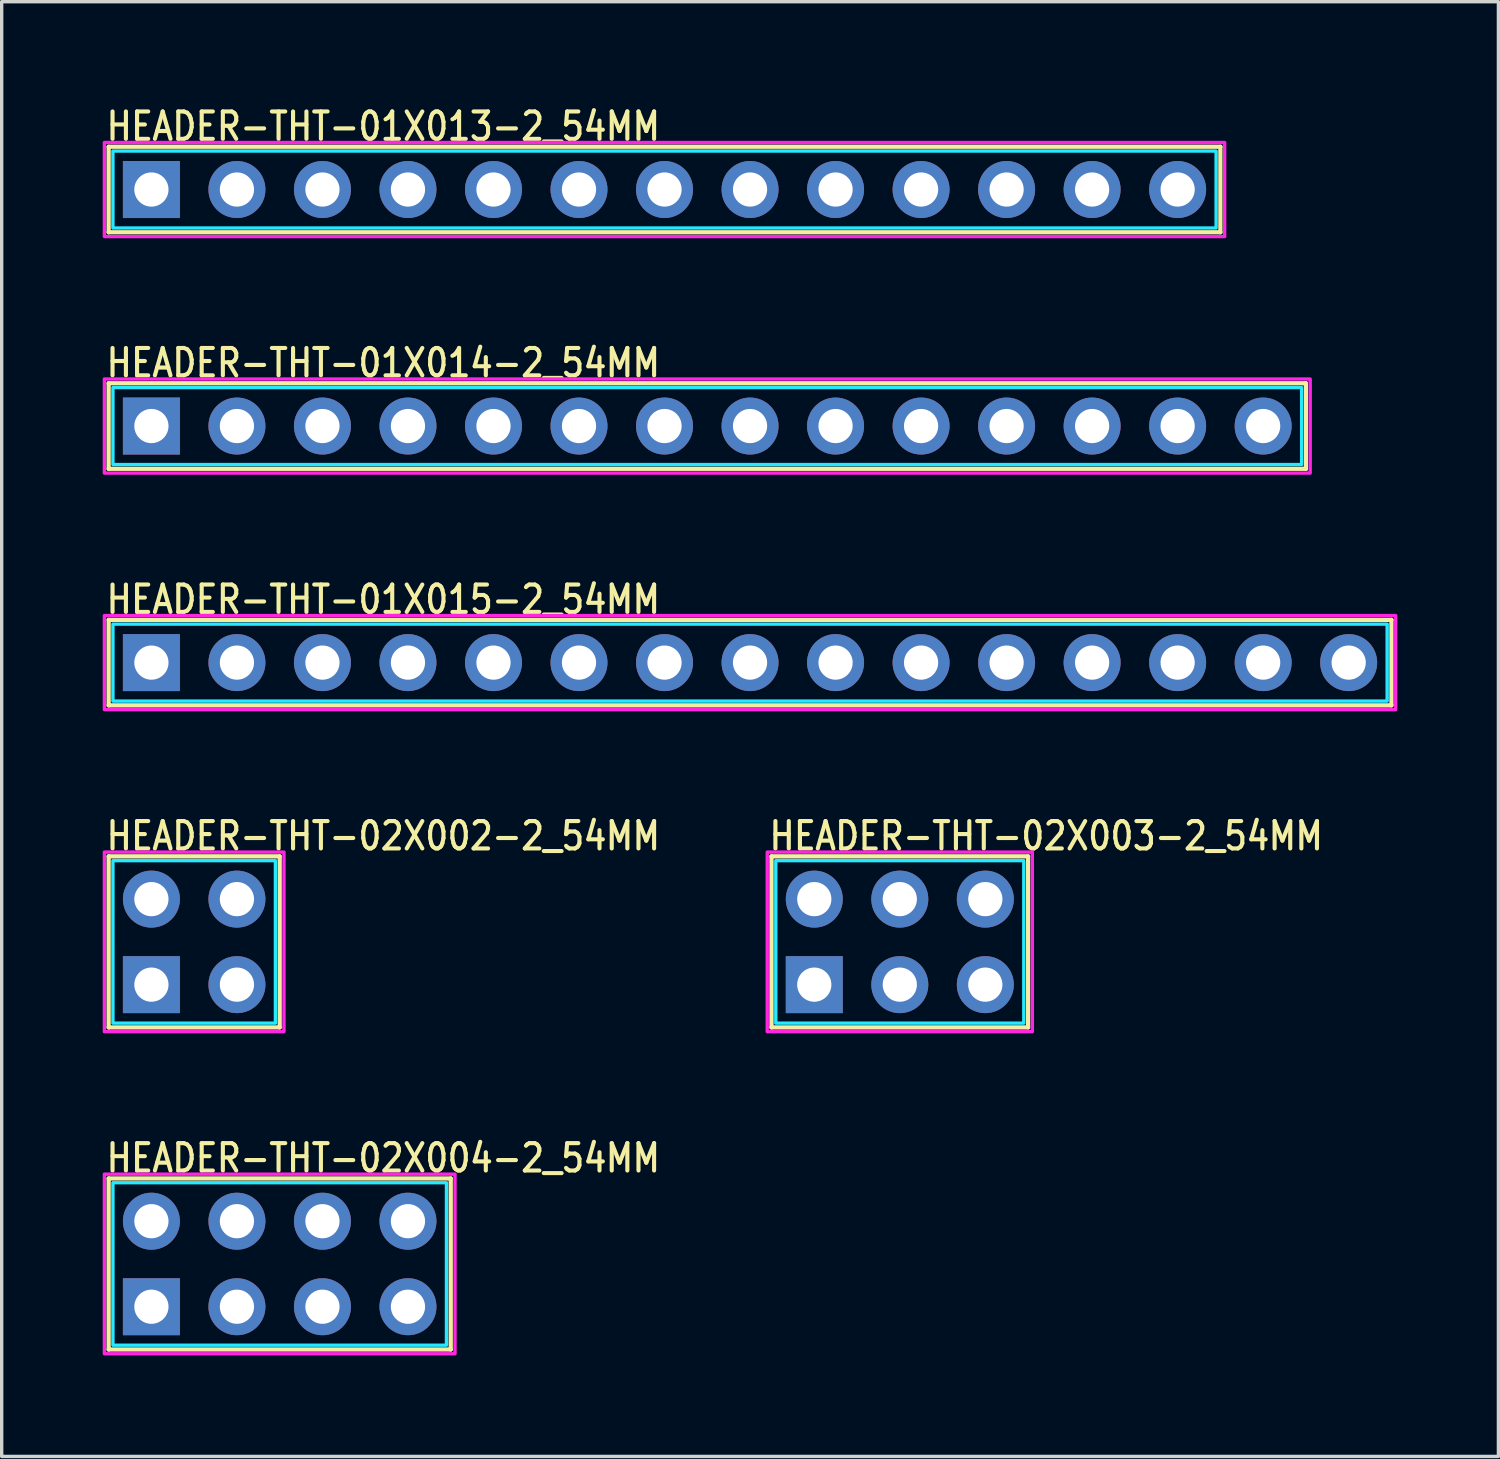
<source format=kicad_pcb>
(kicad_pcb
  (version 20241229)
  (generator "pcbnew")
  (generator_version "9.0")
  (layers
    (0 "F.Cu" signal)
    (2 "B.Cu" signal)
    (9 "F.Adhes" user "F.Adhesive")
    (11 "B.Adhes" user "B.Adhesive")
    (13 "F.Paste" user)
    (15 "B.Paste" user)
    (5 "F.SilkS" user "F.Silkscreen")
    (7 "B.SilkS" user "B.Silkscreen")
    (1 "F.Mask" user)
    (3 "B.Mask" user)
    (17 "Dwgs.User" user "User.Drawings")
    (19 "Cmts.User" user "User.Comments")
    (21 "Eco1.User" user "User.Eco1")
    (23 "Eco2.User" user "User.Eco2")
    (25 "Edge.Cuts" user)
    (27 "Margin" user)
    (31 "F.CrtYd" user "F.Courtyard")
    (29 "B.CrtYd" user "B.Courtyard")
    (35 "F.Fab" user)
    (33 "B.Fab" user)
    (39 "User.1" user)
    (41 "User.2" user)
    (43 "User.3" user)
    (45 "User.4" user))
  (footprint "HEADER-THT-02X004-2_54MM"
    (layer "F.Cu")
    (at 1.447 35.761)
    (property "Reference" "HEADER-THT-02X004-2_54MM" (at -1.4 -3.94 0) (unlocked yes) (layer "F.SilkS") (effects (font (size 0.813 0.695) (thickness 0.122)) (justify left bottom)))
    (fp_line (start -1.27 -3.81) (end -1.27 1.27) (stroke (width 0.127) (type solid)) (layer "F.SilkS"))
    (fp_line (start -1.27 1.27) (end 8.89 1.27) (stroke (width 0.127) (type solid)) (layer "F.SilkS"))
    (fp_line (start 8.89 -3.81) (end -1.27 -3.81) (stroke (width 0.127) (type solid)) (layer "F.SilkS"))
    (fp_line (start 8.89 1.27) (end 8.89 -3.81) (stroke (width 0.127) (type solid)) (layer "F.SilkS"))
    (fp_poly (pts (xy -1.143 -3.683) (xy 8.763 -3.683) (xy 8.763 1.143) (xy -1.143 1.143)) (stroke (width 0.1) (type solid)) (fill no) (layer "B.CrtYd"))
    (fp_poly (pts (xy -1.397 -3.937) (xy 9.017 -3.937) (xy 9.017 1.397) (xy -1.397 1.397)) (stroke (width 0.1) (type solid)) (fill no) (layer "F.CrtYd"))
    (pad "1" thru_hole rect (at 0 0) (size 1.693 1.693) (drill 1.016) (layers "*.Cu" "*.Mask"))
    (pad "2" thru_hole oval (at 0 -2.54) (size 1.693 1.693) (drill 1.016) (layers "*.Cu" "*.Mask"))
    (pad "3" thru_hole oval (at 2.54 0) (size 1.693 1.693) (drill 1.016) (layers "*.Cu" "*.Mask"))
    (pad "4" thru_hole oval (at 2.54 -2.54) (size 1.693 1.693) (drill 1.016) (layers "*.Cu" "*.Mask"))
    (pad "5" thru_hole oval (at 5.08 0) (size 1.693 1.693) (drill 1.016) (layers "*.Cu" "*.Mask"))
    (pad "6" thru_hole oval (at 5.08 -2.54) (size 1.693 1.693) (drill 1.016) (layers "*.Cu" "*.Mask"))
    (pad "7" thru_hole oval (at 7.62 0) (size 1.693 1.693) (drill 1.016) (layers "*.Cu" "*.Mask"))
    (pad "8" thru_hole oval (at 7.62 -2.54) (size 1.693 1.693) (drill 1.016) (layers "*.Cu" "*.Mask")))
  (footprint "HEADER-THT-01X013-2_54MM"
    (layer "F.Cu")
    (at 1.447 2.579)
    (property "Reference" "HEADER-THT-01X013-2_54MM" (at -1.4 -1.4 0) (unlocked yes) (layer "F.SilkS") (effects (font (size 0.813 0.695) (thickness 0.122)) (justify left bottom)))
    (fp_line (start -1.27 -1.27) (end -1.27 1.27) (stroke (width 0.127) (type solid)) (layer "F.SilkS"))
    (fp_line (start -1.27 1.27) (end 31.75 1.27) (stroke (width 0.127) (type solid)) (layer "F.SilkS"))
    (fp_line (start 31.75 -1.27) (end -1.27 -1.27) (stroke (width 0.127) (type solid)) (layer "F.SilkS"))
    (fp_line (start 31.75 1.27) (end 31.75 -1.27) (stroke (width 0.127) (type solid)) (layer "F.SilkS"))
    (fp_poly (pts (xy -1.143 -1.143) (xy 31.623 -1.143) (xy 31.623 1.143) (xy -1.143 1.143)) (stroke (width 0.1) (type solid)) (fill no) (layer "B.CrtYd"))
    (fp_poly (pts (xy -1.397 -1.397) (xy 31.877 -1.397) (xy 31.877 1.397) (xy -1.397 1.397)) (stroke (width 0.1) (type solid)) (fill no) (layer "F.CrtYd"))
    (pad "1" thru_hole rect (at 0 0) (size 1.693 1.693) (drill 1.016) (layers "*.Cu" "*.Mask"))
    (pad "2" thru_hole oval (at 2.54 0) (size 1.693 1.693) (drill 1.016) (layers "*.Cu" "*.Mask"))
    (pad "3" thru_hole oval (at 5.08 0) (size 1.693 1.693) (drill 1.016) (layers "*.Cu" "*.Mask"))
    (pad "4" thru_hole oval (at 7.62 0) (size 1.693 1.693) (drill 1.016) (layers "*.Cu" "*.Mask"))
    (pad "5" thru_hole oval (at 10.16 0) (size 1.693 1.693) (drill 1.016) (layers "*.Cu" "*.Mask"))
    (pad "6" thru_hole oval (at 12.7 0) (size 1.693 1.693) (drill 1.016) (layers "*.Cu" "*.Mask"))
    (pad "7" thru_hole oval (at 15.24 0) (size 1.693 1.693) (drill 1.016) (layers "*.Cu" "*.Mask"))
    (pad "8" thru_hole oval (at 17.78 0) (size 1.693 1.693) (drill 1.016) (layers "*.Cu" "*.Mask"))
    (pad "9" thru_hole oval (at 20.32 0) (size 1.693 1.693) (drill 1.016) (layers "*.Cu" "*.Mask"))
    (pad "10" thru_hole oval (at 22.86 0) (size 1.693 1.693) (drill 1.016) (layers "*.Cu" "*.Mask"))
    (pad "11" thru_hole oval (at 25.4 0) (size 1.693 1.693) (drill 1.016) (layers "*.Cu" "*.Mask"))
    (pad "12" thru_hole oval (at 27.94 0) (size 1.693 1.693) (drill 1.016) (layers "*.Cu" "*.Mask"))
    (pad "13" thru_hole oval (at 30.48 0) (size 1.693 1.693) (drill 1.016) (layers "*.Cu" "*.Mask")))
  (footprint "HEADER-THT-02X003-2_54MM"
    (layer "F.Cu")
    (at 21.135 26.195)
    (property "Reference" "HEADER-THT-02X003-2_54MM" (at -1.4 -3.94 0) (unlocked yes) (layer "F.SilkS") (effects (font (size 0.813 0.695) (thickness 0.122)) (justify left bottom)))
    (fp_line (start -1.27 -3.81) (end -1.27 1.27) (stroke (width 0.127) (type solid)) (layer "F.SilkS"))
    (fp_line (start -1.27 1.27) (end 6.35 1.27) (stroke (width 0.127) (type solid)) (layer "F.SilkS"))
    (fp_line (start 6.35 -3.81) (end -1.27 -3.81) (stroke (width 0.127) (type solid)) (layer "F.SilkS"))
    (fp_line (start 6.35 1.27) (end 6.35 -3.81) (stroke (width 0.127) (type solid)) (layer "F.SilkS"))
    (fp_poly (pts (xy -1.143 -3.683) (xy 6.223 -3.683) (xy 6.223 1.143) (xy -1.143 1.143)) (stroke (width 0.1) (type solid)) (fill no) (layer "B.CrtYd"))
    (fp_poly (pts (xy -1.397 -3.937) (xy 6.477 -3.937) (xy 6.477 1.397) (xy -1.397 1.397)) (stroke (width 0.1) (type solid)) (fill no) (layer "F.CrtYd"))
    (pad "1" thru_hole rect (at 0 0) (size 1.693 1.693) (drill 1.016) (layers "*.Cu" "*.Mask"))
    (pad "2" thru_hole oval (at 0 -2.54) (size 1.693 1.693) (drill 1.016) (layers "*.Cu" "*.Mask"))
    (pad "3" thru_hole oval (at 2.54 0) (size 1.693 1.693) (drill 1.016) (layers "*.Cu" "*.Mask"))
    (pad "4" thru_hole oval (at 2.54 -2.54) (size 1.693 1.693) (drill 1.016) (layers "*.Cu" "*.Mask"))
    (pad "5" thru_hole oval (at 5.08 0) (size 1.693 1.693) (drill 1.016) (layers "*.Cu" "*.Mask"))
    (pad "6" thru_hole oval (at 5.08 -2.54) (size 1.693 1.693) (drill 1.016) (layers "*.Cu" "*.Mask")))
  (footprint "HEADER-THT-02X002-2_54MM"
    (layer "F.Cu")
    (at 1.447 26.195)
    (property "Reference" "HEADER-THT-02X002-2_54MM" (at -1.4 -3.94 0) (unlocked yes) (layer "F.SilkS") (effects (font (size 0.813 0.695) (thickness 0.122)) (justify left bottom)))
    (fp_line (start -1.27 -3.81) (end -1.27 1.27) (stroke (width 0.127) (type solid)) (layer "F.SilkS"))
    (fp_line (start -1.27 1.27) (end 3.81 1.27) (stroke (width 0.127) (type solid)) (layer "F.SilkS"))
    (fp_line (start 3.81 -3.81) (end -1.27 -3.81) (stroke (width 0.127) (type solid)) (layer "F.SilkS"))
    (fp_line (start 3.81 1.27) (end 3.81 -3.81) (stroke (width 0.127) (type solid)) (layer "F.SilkS"))
    (fp_poly (pts (xy -1.143 -3.683) (xy 3.683 -3.683) (xy 3.683 1.143) (xy -1.143 1.143)) (stroke (width 0.1) (type solid)) (fill no) (layer "B.CrtYd"))
    (fp_poly (pts (xy -1.397 -3.937) (xy 3.937 -3.937) (xy 3.937 1.397) (xy -1.397 1.397)) (stroke (width 0.1) (type solid)) (fill no) (layer "F.CrtYd"))
    (pad "1" thru_hole rect (at 0 0) (size 1.693 1.693) (drill 1.016) (layers "*.Cu" "*.Mask"))
    (pad "2" thru_hole oval (at 0 -2.54) (size 1.693 1.693) (drill 1.016) (layers "*.Cu" "*.Mask"))
    (pad "3" thru_hole oval (at 2.54 0) (size 1.693 1.693) (drill 1.016) (layers "*.Cu" "*.Mask"))
    (pad "4" thru_hole oval (at 2.54 -2.54) (size 1.693 1.693) (drill 1.016) (layers "*.Cu" "*.Mask")))
  (footprint "HEADER-THT-01X015-2_54MM"
    (layer "F.Cu")
    (at 1.447 16.63)
    (property "Reference" "HEADER-THT-01X015-2_54MM" (at -1.4 -1.4 0) (unlocked yes) (layer "F.SilkS") (effects (font (size 0.813 0.695) (thickness 0.122)) (justify left bottom)))
    (fp_line (start -1.27 -1.27) (end -1.27 1.27) (stroke (width 0.127) (type solid)) (layer "F.SilkS"))
    (fp_line (start -1.27 1.27) (end 36.83 1.27) (stroke (width 0.127) (type solid)) (layer "F.SilkS"))
    (fp_line (start 36.83 -1.27) (end -1.27 -1.27) (stroke (width 0.127) (type solid)) (layer "F.SilkS"))
    (fp_line (start 36.83 1.27) (end 36.83 -1.27) (stroke (width 0.127) (type solid)) (layer "F.SilkS"))
    (fp_poly (pts (xy -1.143 -1.143) (xy 36.703 -1.143) (xy 36.703 1.143) (xy -1.143 1.143)) (stroke (width 0.1) (type solid)) (fill no) (layer "B.CrtYd"))
    (fp_poly (pts (xy -1.397 -1.397) (xy 36.957 -1.397) (xy 36.957 1.397) (xy -1.397 1.397)) (stroke (width 0.1) (type solid)) (fill no) (layer "F.CrtYd"))
    (pad "1" thru_hole rect (at 0 0) (size 1.693 1.693) (drill 1.016) (layers "*.Cu" "*.Mask"))
    (pad "2" thru_hole oval (at 2.54 0) (size 1.693 1.693) (drill 1.016) (layers "*.Cu" "*.Mask"))
    (pad "3" thru_hole oval (at 5.08 0) (size 1.693 1.693) (drill 1.016) (layers "*.Cu" "*.Mask"))
    (pad "4" thru_hole oval (at 7.62 0) (size 1.693 1.693) (drill 1.016) (layers "*.Cu" "*.Mask"))
    (pad "5" thru_hole oval (at 10.16 0) (size 1.693 1.693) (drill 1.016) (layers "*.Cu" "*.Mask"))
    (pad "6" thru_hole oval (at 12.7 0) (size 1.693 1.693) (drill 1.016) (layers "*.Cu" "*.Mask"))
    (pad "7" thru_hole oval (at 15.24 0) (size 1.693 1.693) (drill 1.016) (layers "*.Cu" "*.Mask"))
    (pad "8" thru_hole oval (at 17.78 0) (size 1.693 1.693) (drill 1.016) (layers "*.Cu" "*.Mask"))
    (pad "9" thru_hole oval (at 20.32 0) (size 1.693 1.693) (drill 1.016) (layers "*.Cu" "*.Mask"))
    (pad "10" thru_hole oval (at 22.86 0) (size 1.693 1.693) (drill 1.016) (layers "*.Cu" "*.Mask"))
    (pad "11" thru_hole oval (at 25.4 0) (size 1.693 1.693) (drill 1.016) (layers "*.Cu" "*.Mask"))
    (pad "12" thru_hole oval (at 27.94 0) (size 1.693 1.693) (drill 1.016) (layers "*.Cu" "*.Mask"))
    (pad "13" thru_hole oval (at 30.48 0) (size 1.693 1.693) (drill 1.016) (layers "*.Cu" "*.Mask"))
    (pad "14" thru_hole oval (at 33.02 0) (size 1.693 1.693) (drill 1.016) (layers "*.Cu" "*.Mask"))
    (pad "15" thru_hole oval (at 35.56 0) (size 1.693 1.693) (drill 1.016) (layers "*.Cu" "*.Mask")))
  (footprint "HEADER-THT-01X014-2_54MM"
    (layer "F.Cu")
    (at 1.447 9.604)
    (property "Reference" "HEADER-THT-01X014-2_54MM" (at -1.4 -1.4 0) (unlocked yes) (layer "F.SilkS") (effects (font (size 0.813 0.695) (thickness 0.122)) (justify left bottom)))
    (fp_line (start -1.27 -1.27) (end -1.27 1.27) (stroke (width 0.127) (type solid)) (layer "F.SilkS"))
    (fp_line (start -1.27 1.27) (end 34.29 1.27) (stroke (width 0.127) (type solid)) (layer "F.SilkS"))
    (fp_line (start 34.29 -1.27) (end -1.27 -1.27) (stroke (width 0.127) (type solid)) (layer "F.SilkS"))
    (fp_line (start 34.29 1.27) (end 34.29 -1.27) (stroke (width 0.127) (type solid)) (layer "F.SilkS"))
    (fp_poly (pts (xy -1.143 -1.143) (xy 34.163 -1.143) (xy 34.163 1.143) (xy -1.143 1.143)) (stroke (width 0.1) (type solid)) (fill no) (layer "B.CrtYd"))
    (fp_poly (pts (xy -1.397 -1.397) (xy 34.417 -1.397) (xy 34.417 1.397) (xy -1.397 1.397)) (stroke (width 0.1) (type solid)) (fill no) (layer "F.CrtYd"))
    (pad "1" thru_hole rect (at 0 0) (size 1.693 1.693) (drill 1.016) (layers "*.Cu" "*.Mask"))
    (pad "2" thru_hole oval (at 2.54 0) (size 1.693 1.693) (drill 1.016) (layers "*.Cu" "*.Mask"))
    (pad "3" thru_hole oval (at 5.08 0) (size 1.693 1.693) (drill 1.016) (layers "*.Cu" "*.Mask"))
    (pad "4" thru_hole oval (at 7.62 0) (size 1.693 1.693) (drill 1.016) (layers "*.Cu" "*.Mask"))
    (pad "5" thru_hole oval (at 10.16 0) (size 1.693 1.693) (drill 1.016) (layers "*.Cu" "*.Mask"))
    (pad "6" thru_hole oval (at 12.7 0) (size 1.693 1.693) (drill 1.016) (layers "*.Cu" "*.Mask"))
    (pad "7" thru_hole oval (at 15.24 0) (size 1.693 1.693) (drill 1.016) (layers "*.Cu" "*.Mask"))
    (pad "8" thru_hole oval (at 17.78 0) (size 1.693 1.693) (drill 1.016) (layers "*.Cu" "*.Mask"))
    (pad "9" thru_hole oval (at 20.32 0) (size 1.693 1.693) (drill 1.016) (layers "*.Cu" "*.Mask"))
    (pad "10" thru_hole oval (at 22.86 0) (size 1.693 1.693) (drill 1.016) (layers "*.Cu" "*.Mask"))
    (pad "11" thru_hole oval (at 25.4 0) (size 1.693 1.693) (drill 1.016) (layers "*.Cu" "*.Mask"))
    (pad "12" thru_hole oval (at 27.94 0) (size 1.693 1.693) (drill 1.016) (layers "*.Cu" "*.Mask"))
    (pad "13" thru_hole oval (at 30.48 0) (size 1.693 1.693) (drill 1.016) (layers "*.Cu" "*.Mask"))
    (pad "14" thru_hole oval (at 33.02 0) (size 1.693 1.693) (drill 1.016) (layers "*.Cu" "*.Mask")))
  (gr_rect
    (start -3 -3)
    (end 41.454 40.208)
    (stroke (width 0.1) (type default))
    (fill no)
    (layer "Edge.Cuts")))
</source>
